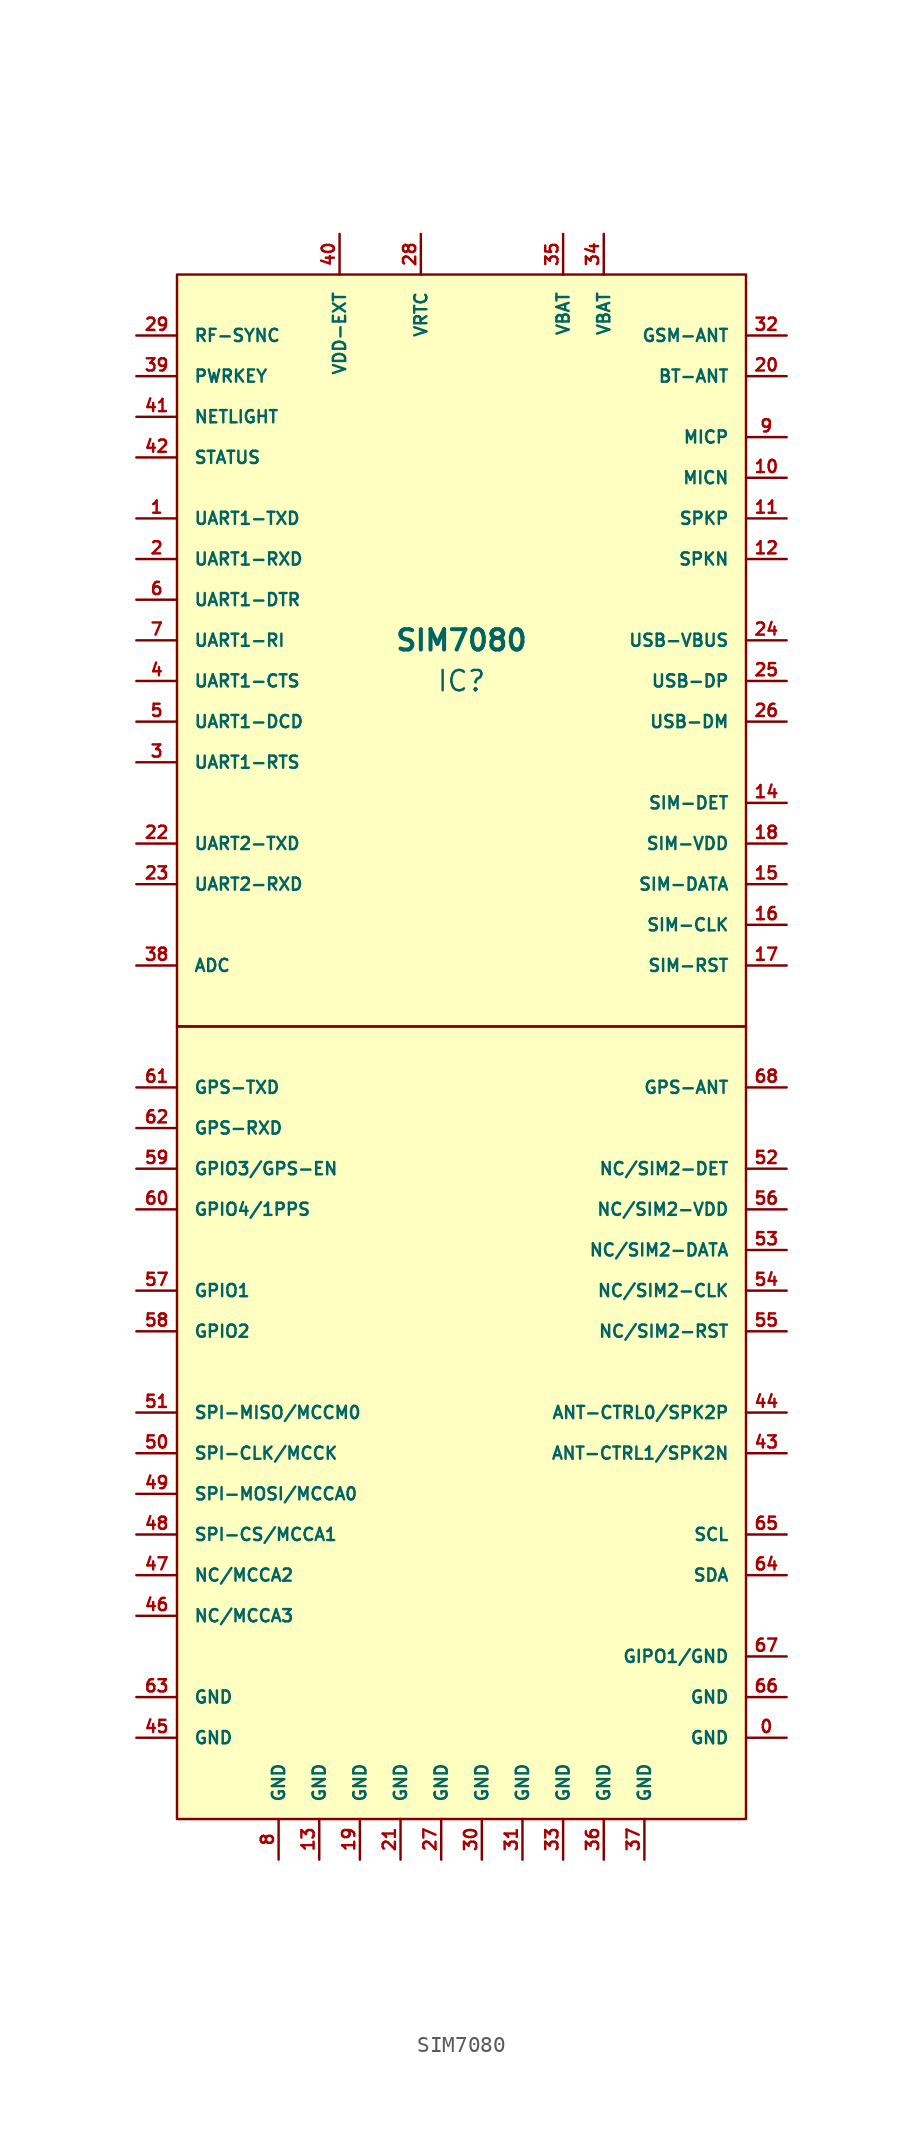
<source format=kicad_sym>
(kicad_symbol_lib
  (version 20220914)
  (generator kicad_symbol_editor)
  (symbol "SIM7080"
    (pin_names
      (offset 1.016))
    (property "Reference" "IC"
      (at 0 21.59 0)
      (effects (font (size 1.27 1.27))))
    (property "Value" "SIM7080"
      (at 0 24.13 0)
      (effects (font (size 1.27 1.27) bold)))
    (symbol "SIM7080_0_0"
      (pin power_in line (at -8.89 -52.07 90) (length 2.54) (name "GND" (effects (font (size 0.762 0.762)))) (number "13" (effects (font (size 0.762 0.762)))))
      (pin power_in line (at -6.35 -52.07 90) (length 2.54) (name "GND" (effects (font (size 0.762 0.762)))) (number "19" (effects (font (size 0.762 0.762)))))
      (pin power_in line (at -3.81 -52.07 90) (length 2.54) (name "GND" (effects (font (size 0.762 0.762)))) (number "21" (effects (font (size 0.762 0.762)))))
      (pin power_in line (at -1.27 -52.07 90) (length 2.54) (name "GND" (effects (font (size 0.762 0.762)))) (number "27" (effects (font (size 0.762 0.762)))))
      (pin power_in line (at 1.27 -52.07 90) (length 2.54) (name "GND" (effects (font (size 0.762 0.762)))) (number "30" (effects (font (size 0.762 0.762)))))
      (pin power_in line (at 3.81 -52.07 90) (length 2.54) (name "GND" (effects (font (size 0.762 0.762)))) (number "31" (effects (font (size 0.762 0.762)))))
      (pin power_in line (at 6.35 -52.07 90) (length 2.54) (name "GND" (effects (font (size 0.762 0.762)))) (number "33" (effects (font (size 0.762 0.762)))))
      (pin power_in line (at 8.89 -52.07 90) (length 2.54) (name "GND" (effects (font (size 0.762 0.762)))) (number "36" (effects (font (size 0.762 0.762)))))
      (pin power_in line (at 11.43 -52.07 90) (length 2.54) (name "GND" (effects (font (size 0.762 0.762)))) (number "37" (effects (font (size 0.762 0.762)))))
      (pin input line (at 20.32 -8.89 180) (length 2.54) (name "NC/SIM2-DET" (effects (font (size 0.762 0.762)))) (number "52" (effects (font (size 0.762 0.762)))))
      (pin bidirectional line (at 20.32 -13.97 180) (length 2.54) (name "NC/SIM2-DATA" (effects (font (size 0.762 0.762)))) (number "53" (effects (font (size 0.762 0.762)))))
      (pin output line (at 20.32 -16.51 180) (length 2.54) (name "NC/SIM2-CLK" (effects (font (size 0.762 0.762)))) (number "54" (effects (font (size 0.762 0.762)))))
      (pin output line (at 20.32 -19.05 180) (length 2.54) (name "NC/SIM2-RST" (effects (font (size 0.762 0.762)))) (number "55" (effects (font (size 0.762 0.762)))))
      (pin output line (at 20.32 -11.43 180) (length 2.54) (name "NC/SIM2-VDD" (effects (font (size 0.762 0.762)))) (number "56" (effects (font (size 0.762 0.762)))))
      (pin bidirectional line (at -20.32 -8.89 0) (length 2.54) (name "GPIO3/GPS-EN" (effects (font (size 0.762 0.762)))) (number "59" (effects (font (size 0.762 0.762)))))
      (pin bidirectional line (at -20.32 -11.43 0) (length 2.54) (name "GPIO4/1PPS" (effects (font (size 0.762 0.762)))) (number "60" (effects (font (size 0.762 0.762)))))
      (pin bidirectional line (at -20.32 -3.81 0) (length 2.54) (name "GPS-TXD" (effects (font (size 0.762 0.762)))) (number "61" (effects (font (size 0.762 0.762)))))
      (pin input line (at -20.32 -6.35 0) (length 2.54) (name "GPS-RXD" (effects (font (size 0.762 0.762)))) (number "62" (effects (font (size 0.762 0.762)))))
      (pin power_in line (at 20.32 -41.91 180) (length 2.54) (name "GND" (effects (font (size 0.762 0.762)))) (number "66" (effects (font (size 0.762 0.762)))))
      (pin passive line (at 20.32 -39.37 180) (length 2.54) (name "GIPO1/GND" (effects (font (size 0.762 0.762)))) (number "67" (effects (font (size 0.762 0.762)))))
      (pin power_in line (at -11.43 -52.07 90) (length 2.54) (name "GND" (effects (font (size 0.762 0.762)))) (number "8" (effects (font (size 0.762 0.762))))))
    (symbol "SIM7080_1_0"
      (pin power_in line (at 20.32 -44.45 180) (length 2.54) (name "GND" (effects (font (size 0.762 0.762)))) (number "0" (effects (font (size 0.762 0.762)))))
      (pin output line (at 20.32 -26.67 180) (length 2.54) (name "ANT-CTRL1/SPK2N" (effects (font (size 0.762 0.762)))) (number "43" (effects (font (size 0.762 0.762)))))
      (pin output line (at 20.32 -24.13 180) (length 2.54) (name "ANT-CTRL0/SPK2P" (effects (font (size 0.762 0.762)))) (number "44" (effects (font (size 0.762 0.762)))))
      (pin power_in line (at -20.32 -44.45 0) (length 2.54) (name "GND" (effects (font (size 0.762 0.762)))) (number "45" (effects (font (size 0.762 0.762)))))
      (pin bidirectional line (at -20.32 -36.83 0) (length 2.54) (name "NC/MCCA3" (effects (font (size 0.762 0.762)))) (number "46" (effects (font (size 0.762 0.762)))))
      (pin bidirectional line (at -20.32 -34.29 0) (length 2.54) (name "NC/MCCA2" (effects (font (size 0.762 0.762)))) (number "47" (effects (font (size 0.762 0.762)))))
      (pin bidirectional line (at -20.32 -31.75 0) (length 2.54) (name "SPI-CS/MCCA1" (effects (font (size 0.762 0.762)))) (number "48" (effects (font (size 0.762 0.762)))))
      (pin bidirectional line (at -20.32 -29.21 0) (length 2.54) (name "SPI-MOSI/MCCA0" (effects (font (size 0.762 0.762)))) (number "49" (effects (font (size 0.762 0.762)))))
      (pin bidirectional line (at -20.32 -26.67 0) (length 2.54) (name "SPI-CLK/MCCK" (effects (font (size 0.762 0.762)))) (number "50" (effects (font (size 0.762 0.762)))))
      (pin input line (at -20.32 -24.13 0) (length 2.54) (name "SPI-MISO/MCCM0" (effects (font (size 0.762 0.762)))) (number "51" (effects (font (size 0.762 0.762)))))
      (pin output line (at -20.32 -16.51 0) (length 2.54) (name "GPIO1" (effects (font (size 0.762 0.762)))) (number "57" (effects (font (size 0.762 0.762)))))
      (pin output line (at -20.32 -19.05 0) (length 2.54) (name "GPIO2" (effects (font (size 0.762 0.762)))) (number "58" (effects (font (size 0.762 0.762)))))
      (pin power_in line (at -20.32 -41.91 0) (length 2.54) (name "GND" (effects (font (size 0.762 0.762)))) (number "63" (effects (font (size 0.762 0.762)))))
      (pin bidirectional line (at 20.32 -34.29 180) (length 2.54) (name "SDA" (effects (font (size 0.762 0.762)))) (number "64" (effects (font (size 0.762 0.762)))))
      (pin bidirectional line (at 20.32 -31.75 180) (length 2.54) (name "SCL" (effects (font (size 0.762 0.762)))) (number "65" (effects (font (size 0.762 0.762)))))
      (pin bidirectional line (at 20.32 -3.81 180) (length 2.54) (name "GPS-ANT" (effects (font (size 0.762 0.762)))) (number "68" (effects (font (size 0.762 0.762))))))
    (symbol "SIM7080_1_1"
      (rectangle (start -17.78 0) (end 17.78 -49.53) (stroke (width 0) (type solid)) (fill (type background)))
      (rectangle (start -17.78 0) (end 17.78 46.99) (stroke (width 0) (type solid)) (fill (type background)))
      (pin output line (at -20.32 31.75 0) (length 2.54) (name "UART1-TXD" (effects (font (size 0.762 0.762)))) (number "1" (effects (font (size 0.762 0.762)))))
      (pin input line (at 20.32 34.29 180) (length 2.54) (name "MICN" (effects (font (size 0.762 0.762)))) (number "10" (effects (font (size 0.762 0.762)))))
      (pin output line (at 20.32 31.75 180) (length 2.54) (name "SPKP" (effects (font (size 0.762 0.762)))) (number "11" (effects (font (size 0.762 0.762)))))
      (pin output line (at 20.32 29.21 180) (length 2.54) (name "SPKN" (effects (font (size 0.762 0.762)))) (number "12" (effects (font (size 0.762 0.762)))))
      (pin input line (at 20.32 13.97 180) (length 2.54) (name "SIM-DET" (effects (font (size 0.762 0.762)))) (number "14" (effects (font (size 0.762 0.762)))))
      (pin bidirectional line (at 20.32 8.89 180) (length 2.54) (name "SIM-DATA" (effects (font (size 0.762 0.762)))) (number "15" (effects (font (size 0.762 0.762)))))
      (pin output line (at 20.32 6.35 180) (length 2.54) (name "SIM-CLK" (effects (font (size 0.762 0.762)))) (number "16" (effects (font (size 0.762 0.762)))))
      (pin output line (at 20.32 3.81 180) (length 2.54) (name "SIM-RST" (effects (font (size 0.762 0.762)))) (number "17" (effects (font (size 0.762 0.762)))))
      (pin output line (at 20.32 11.43 180) (length 2.54) (name "SIM-VDD" (effects (font (size 0.762 0.762)))) (number "18" (effects (font (size 0.762 0.762)))))
      (pin input line (at -20.32 29.21 0) (length 2.54) (name "UART1-RXD" (effects (font (size 0.762 0.762)))) (number "2" (effects (font (size 0.762 0.762)))))
      (pin bidirectional line (at 20.32 40.64 180) (length 2.54) (name "BT-ANT" (effects (font (size 0.762 0.762)))) (number "20" (effects (font (size 0.762 0.762)))))
      (pin output line (at -20.32 11.43 0) (length 2.54) (name "UART2-TXD" (effects (font (size 0.762 0.762)))) (number "22" (effects (font (size 0.762 0.762)))))
      (pin input line (at -20.32 8.89 0) (length 2.54) (name "UART2-RXD" (effects (font (size 0.762 0.762)))) (number "23" (effects (font (size 0.762 0.762)))))
      (pin input line (at 20.32 24.13 180) (length 2.54) (name "USB-VBUS" (effects (font (size 0.762 0.762)))) (number "24" (effects (font (size 0.762 0.762)))))
      (pin bidirectional line (at 20.32 21.59 180) (length 2.54) (name "USB-DP" (effects (font (size 0.762 0.762)))) (number "25" (effects (font (size 0.762 0.762)))))
      (pin bidirectional line (at 20.32 19.05 180) (length 2.54) (name "USB-DM" (effects (font (size 0.762 0.762)))) (number "26" (effects (font (size 0.762 0.762)))))
      (pin power_out line (at -2.54 49.53 270) (length 2.54) (name "VRTC" (effects (font (size 0.762 0.762)))) (number "28" (effects (font (size 0.762 0.762)))))
      (pin output line (at -20.32 43.18 0) (length 2.54) (name "RF-SYNC" (effects (font (size 0.762 0.762)))) (number "29" (effects (font (size 0.762 0.762)))))
      (pin input line (at -20.32 16.51 0) (length 2.54) (name "UART1-RTS" (effects (font (size 0.762 0.762)))) (number "3" (effects (font (size 0.762 0.762)))))
      (pin bidirectional line (at 20.32 43.18 180) (length 2.54) (name "GSM-ANT" (effects (font (size 0.762 0.762)))) (number "32" (effects (font (size 0.762 0.762)))))
      (pin power_in line (at 8.89 49.53 270) (length 2.54) (name "VBAT" (effects (font (size 0.762 0.762)))) (number "34" (effects (font (size 0.762 0.762)))))
      (pin power_in line (at 6.35 49.53 270) (length 2.54) (name "VBAT" (effects (font (size 0.762 0.762)))) (number "35" (effects (font (size 0.762 0.762)))))
      (pin input line (at -20.32 3.81 0) (length 2.54) (name "ADC" (effects (font (size 0.762 0.762)))) (number "38" (effects (font (size 0.762 0.762)))))
      (pin input line (at -20.32 40.64 0) (length 2.54) (name "PWRKEY" (effects (font (size 0.762 0.762)))) (number "39" (effects (font (size 0.762 0.762)))))
      (pin output line (at -20.32 21.59 0) (length 2.54) (name "UART1-CTS" (effects (font (size 0.762 0.762)))) (number "4" (effects (font (size 0.762 0.762)))))
      (pin power_out line (at -7.62 49.53 270) (length 2.54) (name "VDD-EXT" (effects (font (size 0.762 0.762)))) (number "40" (effects (font (size 0.762 0.762)))))
      (pin output line (at -20.32 38.1 0) (length 2.54) (name "NETLIGHT" (effects (font (size 0.762 0.762)))) (number "41" (effects (font (size 0.762 0.762)))))
      (pin output line (at -20.32 35.56 0) (length 2.54) (name "STATUS" (effects (font (size 0.762 0.762)))) (number "42" (effects (font (size 0.762 0.762)))))
      (pin output line (at -20.32 19.05 0) (length 2.54) (name "UART1-DCD" (effects (font (size 0.762 0.762)))) (number "5" (effects (font (size 0.762 0.762)))))
      (pin input line (at -20.32 26.67 0) (length 2.54) (name "UART1-DTR" (effects (font (size 0.762 0.762)))) (number "6" (effects (font (size 0.762 0.762)))))
      (pin output line (at -20.32 24.13 0) (length 2.54) (name "UART1-RI" (effects (font (size 0.762 0.762)))) (number "7" (effects (font (size 0.762 0.762)))))
      (pin input line (at 20.32 36.83 180) (length 2.54) (name "MICP" (effects (font (size 0.762 0.762)))) (number "9" (effects (font (size 0.762 0.762))))))))
</source>
